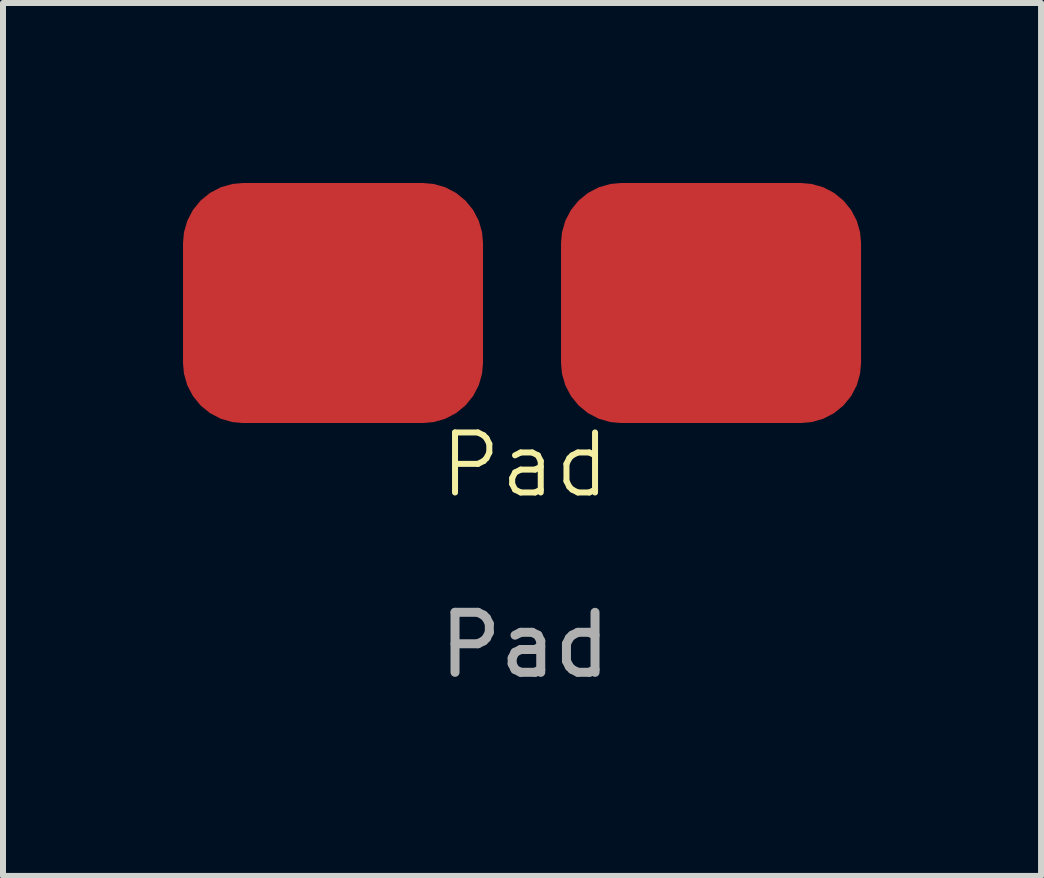
<source format=kicad_pcb>
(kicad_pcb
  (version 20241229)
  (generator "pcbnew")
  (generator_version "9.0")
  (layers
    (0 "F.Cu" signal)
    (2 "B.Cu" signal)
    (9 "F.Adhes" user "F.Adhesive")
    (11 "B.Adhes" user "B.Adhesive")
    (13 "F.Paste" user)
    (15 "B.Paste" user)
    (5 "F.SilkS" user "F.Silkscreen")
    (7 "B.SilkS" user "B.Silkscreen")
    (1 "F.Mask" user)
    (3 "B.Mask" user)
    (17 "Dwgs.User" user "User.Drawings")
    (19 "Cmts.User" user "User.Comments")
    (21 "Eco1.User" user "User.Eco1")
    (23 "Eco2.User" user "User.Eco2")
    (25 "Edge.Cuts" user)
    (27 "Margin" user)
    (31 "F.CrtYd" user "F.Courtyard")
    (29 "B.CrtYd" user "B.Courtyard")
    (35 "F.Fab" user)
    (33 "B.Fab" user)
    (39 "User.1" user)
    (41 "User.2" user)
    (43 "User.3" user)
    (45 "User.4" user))
  (footprint "Pad"
    (layer "F.Cu")
    (at 5.7 5.2)
    (property "Reference" "Pad" (at 0 -0.5 0) (unlocked yes) (layer "F.SilkS") (effects (font (size 1 1) (thickness 0.1))))
    (attr smd)
    (fp_text user "${REFERENCE}" (at 0 2.5 0) (unlocked yes) (layer "F.Fab") (effects (font (size 1 1) (thickness 0.15))))
    (pad "1" smd roundrect (at -3.2 -3.2) (size 5 4) (layers "F.Cu" "F.Mask" "F.Paste") (roundrect_rratio 0.25))
    (pad "2" smd roundrect (at 3.1 -3.2) (size 5 4) (layers "F.Cu" "F.Mask" "F.Paste") (roundrect_rratio 0.25)))
  (gr_rect
    (start -3 -3)
    (end 14.3 11.548)
    (stroke (width 0.1) (type default))
    (fill no)
    (layer "Edge.Cuts")))
</source>
